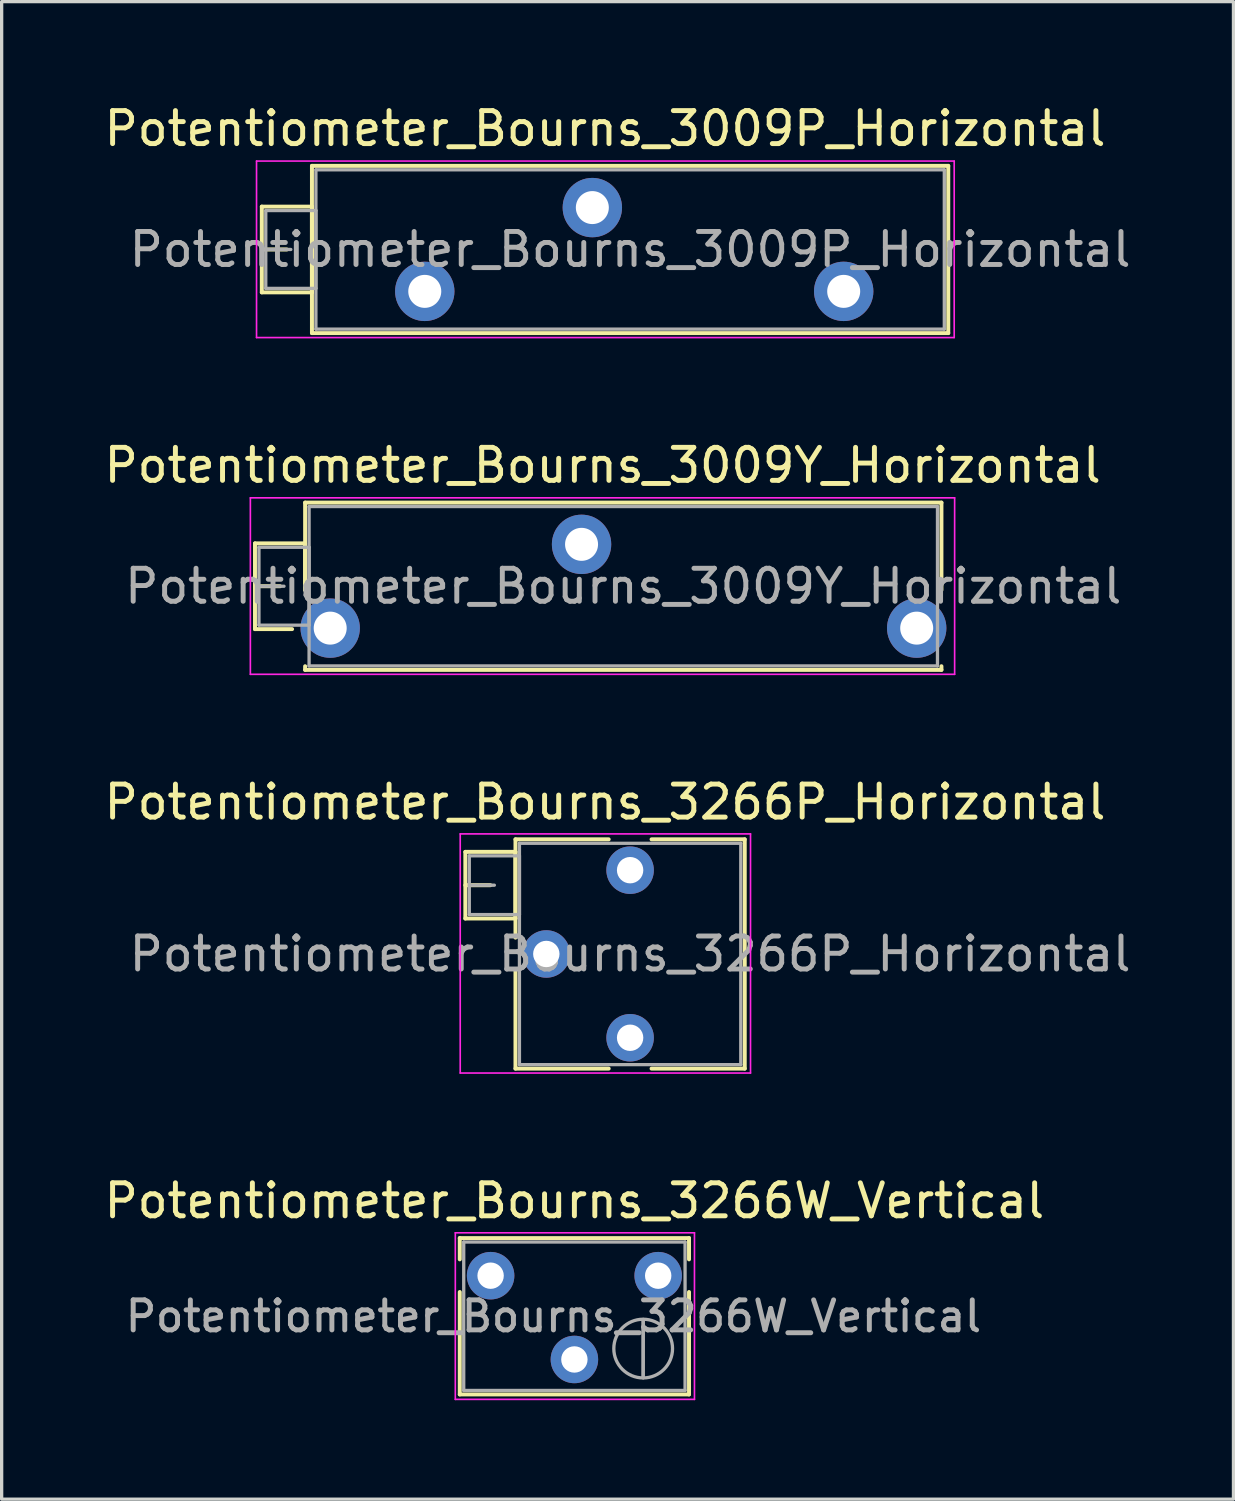
<source format=kicad_pcb>
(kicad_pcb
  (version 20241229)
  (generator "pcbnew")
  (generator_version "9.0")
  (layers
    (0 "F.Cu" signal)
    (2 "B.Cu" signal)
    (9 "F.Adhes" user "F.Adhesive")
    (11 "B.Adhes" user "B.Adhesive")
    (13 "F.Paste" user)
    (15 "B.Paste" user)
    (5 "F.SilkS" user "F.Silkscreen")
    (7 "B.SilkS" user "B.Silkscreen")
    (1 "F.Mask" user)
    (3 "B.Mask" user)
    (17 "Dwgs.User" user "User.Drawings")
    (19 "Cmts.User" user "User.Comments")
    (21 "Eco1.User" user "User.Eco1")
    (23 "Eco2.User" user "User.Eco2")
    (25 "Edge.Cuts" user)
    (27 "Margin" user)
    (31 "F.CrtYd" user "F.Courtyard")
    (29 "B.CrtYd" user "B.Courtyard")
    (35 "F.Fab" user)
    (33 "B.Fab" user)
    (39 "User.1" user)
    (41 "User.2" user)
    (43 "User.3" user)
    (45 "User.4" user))
  (footprint "Potentiometer_Bourns_3009Y_Horizontal"
    (layer "F.Cu")
    (at 24.74 15.992)
    (property "Reference" "Potentiometer_Bourns_3009Y_Horizontal" (at -9.52 -4.935 0) (layer "F.SilkS") (effects (font (size 1 1) (thickness 0.15))))
    (attr through_hole)
    (fp_line (start -20.06 -2.569) (end -20.06 0.03) (stroke (width 0.12) (type solid)) (layer "F.SilkS"))
    (fp_line (start -20.06 -2.569) (end -18.541 -2.569) (stroke (width 0.12) (type solid)) (layer "F.SilkS"))
    (fp_line (start -20.06 -1.27) (end -19.301 -1.27) (stroke (width 0.12) (type solid)) (layer "F.SilkS"))
    (fp_line (start -20.06 0.03) (end -18.935 0.03) (stroke (width 0.12) (type solid)) (layer "F.SilkS"))
    (fp_line (start -18.541 -2.569) (end -18.541 -1.155) (stroke (width 0.12) (type solid)) (layer "F.SilkS"))
    (fp_line (start -18.54 -3.805) (end -18.54 -1.155) (stroke (width 0.12) (type solid)) (layer "F.SilkS"))
    (fp_line (start -18.54 -3.805) (end 0.75 -3.805) (stroke (width 0.12) (type solid)) (layer "F.SilkS"))
    (fp_line (start -18.54 1.155) (end -18.54 1.265) (stroke (width 0.12) (type solid)) (layer "F.SilkS"))
    (fp_line (start -18.54 1.265) (end 0.75 1.265) (stroke (width 0.12) (type solid)) (layer "F.SilkS"))
    (fp_line (start 0.75 -3.805) (end 0.75 -1.155) (stroke (width 0.12) (type solid)) (layer "F.SilkS"))
    (fp_line (start 0.75 1.155) (end 0.75 1.265) (stroke (width 0.12) (type solid)) (layer "F.SilkS"))
    (fp_line (start -20.2 -3.95) (end -20.2 1.4) (stroke (width 0.05) (type solid)) (layer "F.CrtYd"))
    (fp_line (start -20.2 1.4) (end 1.15 1.4) (stroke (width 0.05) (type solid)) (layer "F.CrtYd"))
    (fp_line (start 1.15 -3.95) (end -20.2 -3.95) (stroke (width 0.05) (type solid)) (layer "F.CrtYd"))
    (fp_line (start 1.15 1.4) (end 1.15 -3.95) (stroke (width 0.05) (type solid)) (layer "F.CrtYd"))
    (fp_line (start -19.94 -2.45) (end -19.94 -0.09) (stroke (width 0.1) (type solid)) (layer "F.Fab"))
    (fp_line (start -19.94 -1.27) (end -19.18 -1.27) (stroke (width 0.1) (type solid)) (layer "F.Fab"))
    (fp_line (start -19.94 -0.09) (end -18.42 -0.09) (stroke (width 0.1) (type solid)) (layer "F.Fab"))
    (fp_line (start -18.42 -3.685) (end -18.42 1.145) (stroke (width 0.1) (type solid)) (layer "F.Fab"))
    (fp_line (start -18.42 -2.45) (end -19.94 -2.45) (stroke (width 0.1) (type solid)) (layer "F.Fab"))
    (fp_line (start -18.42 -0.09) (end -18.42 -2.45) (stroke (width 0.1) (type solid)) (layer "F.Fab"))
    (fp_line (start -18.42 1.145) (end 0.63 1.145) (stroke (width 0.1) (type solid)) (layer "F.Fab"))
    (fp_line (start 0.63 -3.685) (end -18.42 -3.685) (stroke (width 0.1) (type solid)) (layer "F.Fab"))
    (fp_line (start 0.63 1.145) (end 0.63 -3.685) (stroke (width 0.1) (type solid)) (layer "F.Fab"))
    (fp_text user "${REFERENCE}" (at -8.895 -1.27 0) (layer "F.Fab") (effects (font (size 1 1) (thickness 0.15))))
    (pad "1" thru_hole circle (at 0 0) (size 1.8 1.8) (drill 1) (layers "*.Cu" "*.Mask"))
    (pad "2" thru_hole circle (at -10.16 -2.54) (size 1.8 1.8) (drill 1) (layers "*.Cu" "*.Mask"))
    (pad "3" thru_hole circle (at -17.78 0) (size 1.8 1.8) (drill 1) (layers "*.Cu" "*.Mask")))
  (footprint "Potentiometer_Bourns_3266W_Vertical"
    (layer "F.Cu")
    (at 16.903 35.623)
    (property "Reference" "Potentiometer_Bourns_3266W_Vertical" (at -2.54 -2.27 0) (layer "F.SilkS") (effects (font (size 1 1) (thickness 0.15))))
    (attr through_hole)
    (fp_line (start -6.015 -1.14) (end -6.015 -0.495) (stroke (width 0.12) (type solid)) (layer "F.SilkS"))
    (fp_line (start -6.015 -1.14) (end 0.935 -1.14) (stroke (width 0.12) (type solid)) (layer "F.SilkS"))
    (fp_line (start -6.015 0.495) (end -6.015 3.6) (stroke (width 0.12) (type solid)) (layer "F.SilkS"))
    (fp_line (start -6.015 3.6) (end 0.935 3.6) (stroke (width 0.12) (type solid)) (layer "F.SilkS"))
    (fp_line (start 0.935 -1.14) (end 0.935 -0.495) (stroke (width 0.12) (type solid)) (layer "F.SilkS"))
    (fp_line (start 0.935 0.495) (end 0.935 3.6) (stroke (width 0.12) (type solid)) (layer "F.SilkS"))
    (fp_line (start -6.15 -1.3) (end -6.15 3.75) (stroke (width 0.05) (type solid)) (layer "F.CrtYd"))
    (fp_line (start -6.15 3.75) (end 1.1 3.75) (stroke (width 0.05) (type solid)) (layer "F.CrtYd"))
    (fp_line (start 1.1 -1.3) (end -6.15 -1.3) (stroke (width 0.05) (type solid)) (layer "F.CrtYd"))
    (fp_line (start 1.1 3.75) (end 1.1 -1.3) (stroke (width 0.05) (type solid)) (layer "F.CrtYd"))
    (fp_line (start -5.895 -1.02) (end -5.895 3.48) (stroke (width 0.1) (type solid)) (layer "F.Fab"))
    (fp_line (start -5.895 3.48) (end 0.815 3.48) (stroke (width 0.1) (type solid)) (layer "F.Fab"))
    (fp_line (start -0.455 3.092) (end -0.454 1.329) (stroke (width 0.1) (type solid)) (layer "F.Fab"))
    (fp_line (start -0.455 3.092) (end -0.454 1.329) (stroke (width 0.1) (type solid)) (layer "F.Fab"))
    (fp_line (start 0.815 -1.02) (end -5.895 -1.02) (stroke (width 0.1) (type solid)) (layer "F.Fab"))
    (fp_line (start 0.815 3.48) (end 0.815 -1.02) (stroke (width 0.1) (type solid)) (layer "F.Fab"))
    (fp_circle (center -0.455 2.21) (end 0.435 2.21) (stroke (width 0.1) (type solid)) (fill no) (layer "F.Fab"))
    (fp_text user "${REFERENCE}" (at -3.175 1.23 0) (layer "F.Fab") (effects (font (size 0.91 0.91) (thickness 0.15))))
    (pad "1" thru_hole circle (at 0 0) (size 1.44 1.44) (drill 0.8) (layers "*.Cu" "*.Mask"))
    (pad "2" thru_hole circle (at -2.54 2.54) (size 1.44 1.44) (drill 0.8) (layers "*.Cu" "*.Mask"))
    (pad "3" thru_hole circle (at -5.08 0) (size 1.44 1.44) (drill 0.8) (layers "*.Cu" "*.Mask")))
  (footprint "Potentiometer_Bourns_3009P_Horizontal"
    (layer "F.Cu")
    (at 22.527 5.783)
    (property "Reference" "Potentiometer_Bourns_3009P_Horizontal" (at -7.235 -4.935 0) (layer "F.SilkS") (effects (font (size 1 1) (thickness 0.15))))
    (attr through_hole)
    (fp_line (start -17.64 -2.569) (end -17.64 0.03) (stroke (width 0.12) (type solid)) (layer "F.SilkS"))
    (fp_line (start -17.64 -2.569) (end -16.121 -2.569) (stroke (width 0.12) (type solid)) (layer "F.SilkS"))
    (fp_line (start -17.64 -1.27) (end -16.881 -1.27) (stroke (width 0.12) (type solid)) (layer "F.SilkS"))
    (fp_line (start -17.64 0.03) (end -16.121 0.03) (stroke (width 0.12) (type solid)) (layer "F.SilkS"))
    (fp_line (start -16.121 -2.569) (end -16.121 0.03) (stroke (width 0.12) (type solid)) (layer "F.SilkS"))
    (fp_line (start -16.12 -3.805) (end -16.12 1.265) (stroke (width 0.12) (type solid)) (layer "F.SilkS"))
    (fp_line (start -16.12 -3.805) (end 3.17 -3.805) (stroke (width 0.12) (type solid)) (layer "F.SilkS"))
    (fp_line (start -16.12 1.265) (end 3.17 1.265) (stroke (width 0.12) (type solid)) (layer "F.SilkS"))
    (fp_line (start 3.17 -3.805) (end 3.17 1.265) (stroke (width 0.12) (type solid)) (layer "F.SilkS"))
    (fp_line (start -17.8 -3.95) (end -17.8 1.4) (stroke (width 0.05) (type solid)) (layer "F.CrtYd"))
    (fp_line (start -17.8 1.4) (end 3.35 1.4) (stroke (width 0.05) (type solid)) (layer "F.CrtYd"))
    (fp_line (start 3.35 -3.95) (end -17.8 -3.95) (stroke (width 0.05) (type solid)) (layer "F.CrtYd"))
    (fp_line (start 3.35 1.4) (end 3.35 -3.95) (stroke (width 0.05) (type solid)) (layer "F.CrtYd"))
    (fp_line (start -17.52 -2.45) (end -17.52 -0.09) (stroke (width 0.1) (type solid)) (layer "F.Fab"))
    (fp_line (start -17.52 -1.27) (end -16.76 -1.27) (stroke (width 0.1) (type solid)) (layer "F.Fab"))
    (fp_line (start -17.52 -0.09) (end -16 -0.09) (stroke (width 0.1) (type solid)) (layer "F.Fab"))
    (fp_line (start -16 -3.685) (end -16 1.145) (stroke (width 0.1) (type solid)) (layer "F.Fab"))
    (fp_line (start -16 -2.45) (end -17.52 -2.45) (stroke (width 0.1) (type solid)) (layer "F.Fab"))
    (fp_line (start -16 -0.09) (end -16 -2.45) (stroke (width 0.1) (type solid)) (layer "F.Fab"))
    (fp_line (start -16 1.145) (end 3.05 1.145) (stroke (width 0.1) (type solid)) (layer "F.Fab"))
    (fp_line (start 3.05 -3.685) (end -16 -3.685) (stroke (width 0.1) (type solid)) (layer "F.Fab"))
    (fp_line (start 3.05 1.145) (end 3.05 -3.685) (stroke (width 0.1) (type solid)) (layer "F.Fab"))
    (fp_text user "${REFERENCE}" (at -6.475 -1.27 0) (layer "F.Fab") (effects (font (size 1 1) (thickness 0.15))))
    (pad "1" thru_hole circle (at 0 0) (size 1.8 1.8) (drill 1) (layers "*.Cu" "*.Mask"))
    (pad "2" thru_hole circle (at -7.62 -2.54) (size 1.8 1.8) (drill 1) (layers "*.Cu" "*.Mask"))
    (pad "3" thru_hole circle (at -12.7 0) (size 1.8 1.8) (drill 1) (layers "*.Cu" "*.Mask")))
  (footprint "Potentiometer_Bourns_3266P_Horizontal"
    (layer "F.Cu")
    (at 16.052 23.33)
    (property "Reference" "Potentiometer_Bourns_3266P_Horizontal" (at -0.76 -2.065 0) (layer "F.SilkS") (effects (font (size 1 1) (thickness 0.15))))
    (attr through_hole)
    (fp_line (start -4.995 -0.555) (end -4.995 1.465) (stroke (width 0.12) (type solid)) (layer "F.SilkS"))
    (fp_line (start -4.995 -0.555) (end -3.476 -0.555) (stroke (width 0.12) (type solid)) (layer "F.SilkS"))
    (fp_line (start -4.995 0.455) (end -4.236 0.455) (stroke (width 0.12) (type solid)) (layer "F.SilkS"))
    (fp_line (start -4.995 1.465) (end -3.476 1.465) (stroke (width 0.12) (type solid)) (layer "F.SilkS"))
    (fp_line (start -3.476 -0.555) (end -3.476 1.465) (stroke (width 0.12) (type solid)) (layer "F.SilkS"))
    (fp_line (start -3.475 -0.935) (end -3.475 2.045) (stroke (width 0.12) (type solid)) (layer "F.SilkS"))
    (fp_line (start -3.475 -0.935) (end -0.649 -0.935) (stroke (width 0.12) (type solid)) (layer "F.SilkS"))
    (fp_line (start -3.475 3.036) (end -3.475 6.015) (stroke (width 0.12) (type solid)) (layer "F.SilkS"))
    (fp_line (start -3.475 6.015) (end -0.649 6.015) (stroke (width 0.12) (type solid)) (layer "F.SilkS"))
    (fp_line (start 0.65 -0.935) (end 3.475 -0.935) (stroke (width 0.12) (type solid)) (layer "F.SilkS"))
    (fp_line (start 0.65 6.015) (end 3.475 6.015) (stroke (width 0.12) (type solid)) (layer "F.SilkS"))
    (fp_line (start 3.475 -0.935) (end 3.475 6.015) (stroke (width 0.12) (type solid)) (layer "F.SilkS"))
    (fp_line (start -5.15 -1.1) (end -5.15 6.15) (stroke (width 0.05) (type solid)) (layer "F.CrtYd"))
    (fp_line (start -5.15 6.15) (end 3.65 6.15) (stroke (width 0.05) (type solid)) (layer "F.CrtYd"))
    (fp_line (start 3.65 -1.1) (end -5.15 -1.1) (stroke (width 0.05) (type solid)) (layer "F.CrtYd"))
    (fp_line (start 3.65 6.15) (end 3.65 -1.1) (stroke (width 0.05) (type solid)) (layer "F.CrtYd"))
    (fp_line (start -4.875 -0.435) (end -4.875 1.345) (stroke (width 0.1) (type solid)) (layer "F.Fab"))
    (fp_line (start -4.875 0.455) (end -4.115 0.455) (stroke (width 0.1) (type solid)) (layer "F.Fab"))
    (fp_line (start -4.875 1.345) (end -3.355 1.345) (stroke (width 0.1) (type solid)) (layer "F.Fab"))
    (fp_line (start -3.355 -0.815) (end -3.355 5.895) (stroke (width 0.1) (type solid)) (layer "F.Fab"))
    (fp_line (start -3.355 -0.435) (end -4.875 -0.435) (stroke (width 0.1) (type solid)) (layer "F.Fab"))
    (fp_line (start -3.355 1.345) (end -3.355 -0.435) (stroke (width 0.1) (type solid)) (layer "F.Fab"))
    (fp_line (start -3.355 5.895) (end 3.355 5.895) (stroke (width 0.1) (type solid)) (layer "F.Fab"))
    (fp_line (start 3.355 -0.815) (end -3.355 -0.815) (stroke (width 0.1) (type solid)) (layer "F.Fab"))
    (fp_line (start 3.355 5.895) (end 3.355 -0.815) (stroke (width 0.1) (type solid)) (layer "F.Fab"))
    (fp_text user "${REFERENCE}" (at 0 2.54 0) (layer "F.Fab") (effects (font (size 1 1) (thickness 0.15))))
    (pad "1" thru_hole circle (at 0 0) (size 1.44 1.44) (drill 0.8) (layers "*.Cu" "*.Mask"))
    (pad "2" thru_hole circle (at -2.54 2.54) (size 1.44 1.44) (drill 0.8) (layers "*.Cu" "*.Mask"))
    (pad "3" thru_hole circle (at 0 5.08) (size 1.44 1.44) (drill 0.8) (layers "*.Cu" "*.Mask")))
  (gr_rect
    (start -3 -3)
    (end 34.343 42.398)
    (stroke (width 0.1) (type default))
    (fill no)
    (layer "Edge.Cuts")))
</source>
